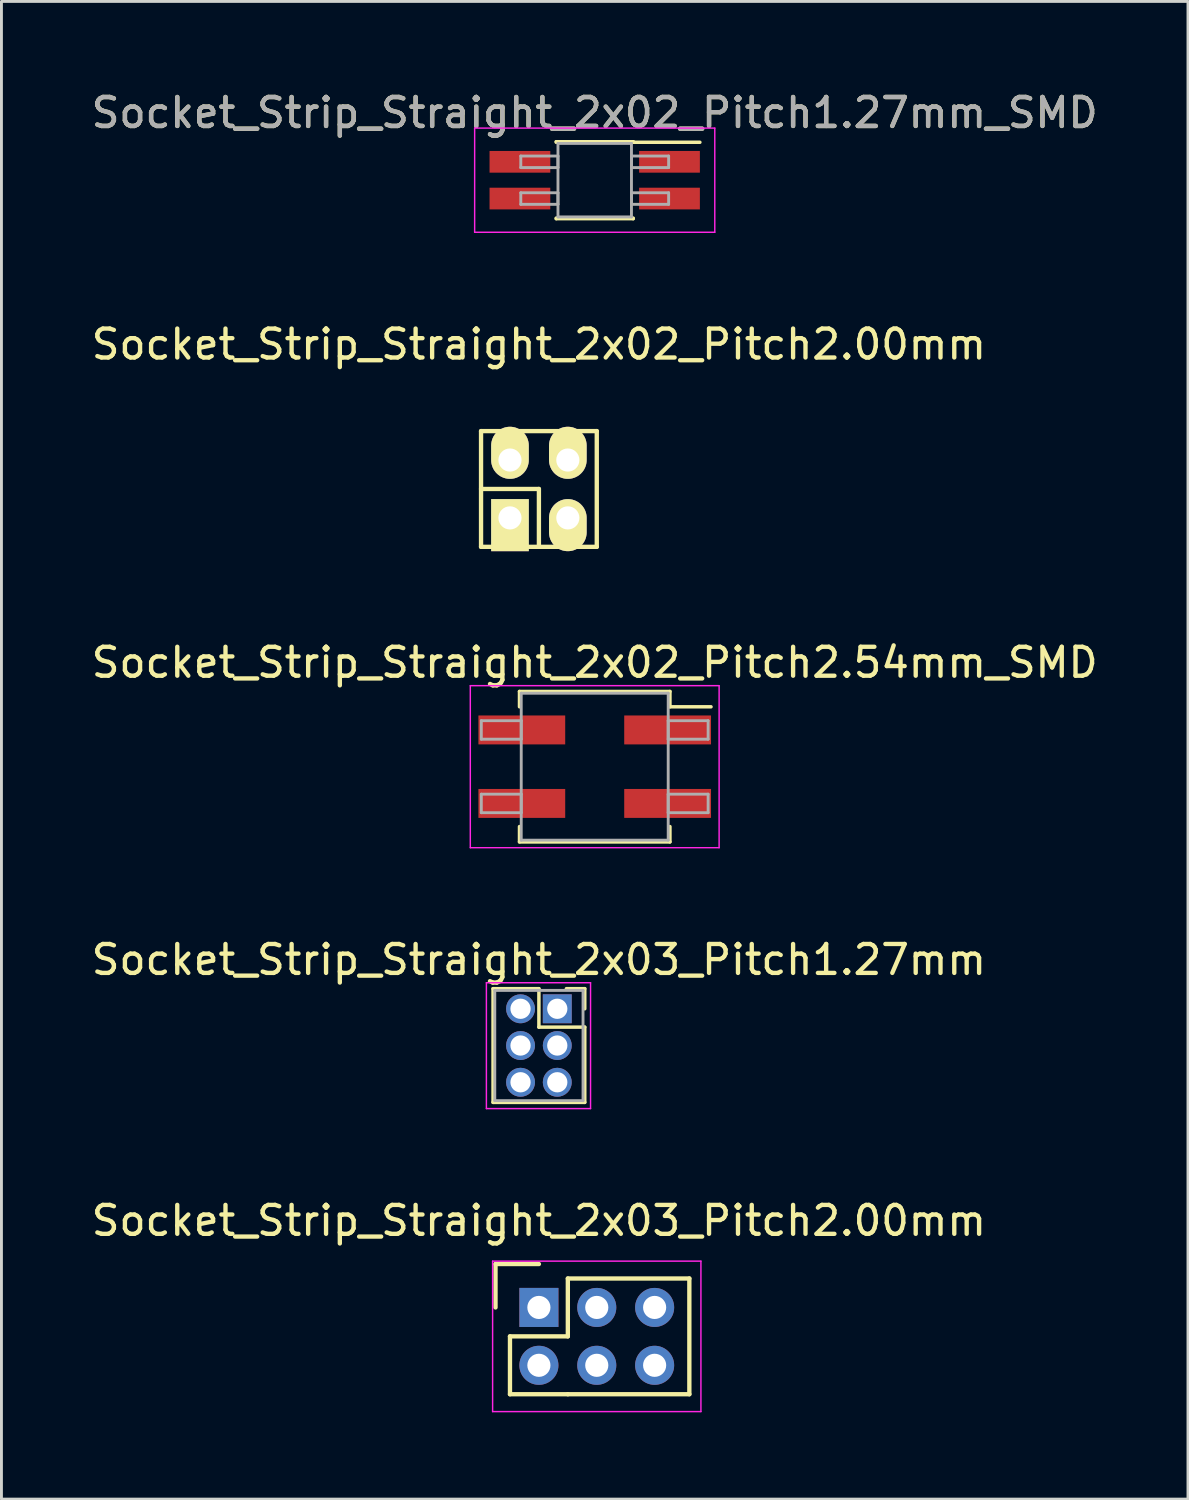
<source format=kicad_pcb>
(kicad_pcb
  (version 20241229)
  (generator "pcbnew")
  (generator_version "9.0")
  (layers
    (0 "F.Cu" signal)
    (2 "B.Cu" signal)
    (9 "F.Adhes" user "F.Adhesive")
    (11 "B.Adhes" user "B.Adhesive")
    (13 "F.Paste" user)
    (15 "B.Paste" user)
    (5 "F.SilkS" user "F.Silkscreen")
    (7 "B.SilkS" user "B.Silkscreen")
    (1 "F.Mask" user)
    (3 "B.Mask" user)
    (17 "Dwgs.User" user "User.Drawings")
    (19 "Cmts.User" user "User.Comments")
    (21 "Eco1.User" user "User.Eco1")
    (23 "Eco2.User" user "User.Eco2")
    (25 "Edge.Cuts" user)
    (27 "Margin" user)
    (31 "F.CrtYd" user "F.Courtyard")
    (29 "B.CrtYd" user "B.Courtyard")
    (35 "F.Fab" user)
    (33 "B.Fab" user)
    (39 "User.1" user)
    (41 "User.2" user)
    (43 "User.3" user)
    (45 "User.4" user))
  (footprint "Socket_Strip_Straight_2x02_Pitch2.00mm"
    (layer "F.Cu")
    (at 15.577 13.851)
    (property "Reference" "Socket_Strip_Straight_2x02_Pitch2.00mm" (at 0 -5 0) (layer "F.SilkS") (effects (font (size 1 1) (thickness 0.15))))
    (attr through_hole)
    (fp_line (start -2 -2) (end 2 -2) (stroke (width 0.15) (type solid)) (layer "F.SilkS"))
    (fp_line (start -2 0) (end 0 0) (stroke (width 0.15) (type solid)) (layer "F.SilkS"))
    (fp_line (start -2 2) (end -2 -2) (stroke (width 0.15) (type solid)) (layer "F.SilkS"))
    (fp_line (start 0 0) (end 0 2) (stroke (width 0.15) (type solid)) (layer "F.SilkS"))
    (fp_line (start 2 -2) (end 2 2) (stroke (width 0.15) (type solid)) (layer "F.SilkS"))
    (fp_line (start 2 2) (end -2 2) (stroke (width 0.15) (type solid)) (layer "F.SilkS"))
    (pad "1" thru_hole rect (at -1 1) (size 1.3 1.8) (drill 0.8 (offset 0 0.25)) (layers "*.Cu" "*.Mask" "F.SilkS"))
    (pad "2" thru_hole oval (at -1 -1) (size 1.3 1.8) (drill 0.8 (offset 0 -0.25)) (layers "*.Cu" "*.Mask" "F.SilkS"))
    (pad "3" thru_hole oval (at 1 1) (size 1.3 1.8) (drill 0.8 (offset 0 0.25)) (layers "*.Cu" "*.Mask" "F.SilkS"))
    (pad "4" thru_hole oval (at 1 -1) (size 1.3 1.8) (drill 0.8 (offset 0 -0.25)) (layers "*.Cu" "*.Mask" "F.SilkS")))
  (footprint "Socket_Strip_Straight_2x03_Pitch2.00mm"
    (layer "F.Cu")
    (at 15.577 42.141)
    (property "Reference" "Socket_Strip_Straight_2x03_Pitch2.00mm" (at 0 -3 0) (layer "F.SilkS") (effects (font (size 1 1) (thickness 0.15))))
    (attr through_hole)
    (fp_line (start -1.5 -1.5) (end -1.5 0) (stroke (width 0.15) (type solid)) (layer "F.SilkS"))
    (fp_line (start -1 1) (end -1 3) (stroke (width 0.15) (type solid)) (layer "F.SilkS"))
    (fp_line (start -1 3) (end 1 3) (stroke (width 0.15) (type solid)) (layer "F.SilkS"))
    (fp_line (start 0 -1.5) (end -1.5 -1.5) (stroke (width 0.15) (type solid)) (layer "F.SilkS"))
    (fp_line (start 1 -1) (end 1 1) (stroke (width 0.15) (type solid)) (layer "F.SilkS"))
    (fp_line (start 1 1) (end -1 1) (stroke (width 0.15) (type solid)) (layer "F.SilkS"))
    (fp_line (start 1 3) (end 5.2 3) (stroke (width 0.15) (type solid)) (layer "F.SilkS"))
    (fp_line (start 5.2 -1) (end 1 -1) (stroke (width 0.15) (type solid)) (layer "F.SilkS"))
    (fp_line (start 5.2 3) (end 5.2 -1) (stroke (width 0.15) (type solid)) (layer "F.SilkS"))
    (fp_line (start -1.6 -1.6) (end -1.6 3.6) (stroke (width 0.05) (type solid)) (layer "F.CrtYd"))
    (fp_line (start -1.6 3.6) (end 5.6 3.6) (stroke (width 0.05) (type solid)) (layer "F.CrtYd"))
    (fp_line (start 5.6 -1.6) (end -1.6 -1.6) (stroke (width 0.05) (type solid)) (layer "F.CrtYd"))
    (fp_line (start 5.6 3.6) (end 5.6 -1.6) (stroke (width 0.05) (type solid)) (layer "F.CrtYd"))
    (pad "1" thru_hole rect (at 0 0) (size 1.35 1.35) (drill 0.8) (layers "*.Cu" "*.Mask"))
    (pad "2" thru_hole circle (at 0 2) (size 1.35 1.35) (drill 0.8) (layers "*.Cu" "*.Mask"))
    (pad "3" thru_hole circle (at 2 0) (size 1.35 1.35) (drill 0.8) (layers "*.Cu" "*.Mask"))
    (pad "4" thru_hole circle (at 2 2) (size 1.35 1.35) (drill 0.8) (layers "*.Cu" "*.Mask"))
    (pad "5" thru_hole circle (at 4 0) (size 1.35 1.35) (drill 0.8) (layers "*.Cu" "*.Mask"))
    (pad "6" thru_hole circle (at 4 2) (size 1.35 1.35) (drill 0.8) (layers "*.Cu" "*.Mask")))
  (footprint "Socket_Strip_Straight_2x02_Pitch1.27mm_SMD"
    (layer "F.Cu")
    (at 17.506 3.178)
    (property "Reference" "Socket_Strip_Straight_2x02_Pitch1.27mm_SMD" (at 0 -2.33 0) (layer "F.SilkS") (effects (font (size 1 1) (thickness 0.15))))
    (attr smd)
    (fp_line (start -1.33 -1.33) (end 1.33 -1.33) (stroke (width 0.12) (type solid)) (layer "F.SilkS"))
    (fp_line (start -1.33 -1.31) (end -1.33 -1.33) (stroke (width 0.12) (type solid)) (layer "F.SilkS"))
    (fp_line (start -1.33 1.31) (end -1.33 1.33) (stroke (width 0.12) (type solid)) (layer "F.SilkS"))
    (fp_line (start -1.33 1.33) (end 1.33 1.33) (stroke (width 0.12) (type solid)) (layer "F.SilkS"))
    (fp_line (start 1.33 -1.33) (end 1.33 -1.31) (stroke (width 0.12) (type solid)) (layer "F.SilkS"))
    (fp_line (start 1.33 1.33) (end 1.33 1.31) (stroke (width 0.12) (type solid)) (layer "F.SilkS"))
    (fp_line (start 3.635 -1.31) (end 1.33 -1.31) (stroke (width 0.12) (type solid)) (layer "F.SilkS"))
    (fp_line (start -4.15 -1.8) (end -4.15 1.8) (stroke (width 0.05) (type solid)) (layer "F.CrtYd"))
    (fp_line (start -4.15 1.8) (end 4.15 1.8) (stroke (width 0.05) (type solid)) (layer "F.CrtYd"))
    (fp_line (start 4.15 -1.8) (end -4.15 -1.8) (stroke (width 0.05) (type solid)) (layer "F.CrtYd"))
    (fp_line (start 4.15 1.8) (end 4.15 -1.8) (stroke (width 0.05) (type solid)) (layer "F.CrtYd"))
    (fp_line (start -2.555 -0.835) (end -1.27 -0.835) (stroke (width 0.1) (type solid)) (layer "F.Fab"))
    (fp_line (start -2.555 -0.435) (end -2.555 -0.835) (stroke (width 0.1) (type solid)) (layer "F.Fab"))
    (fp_line (start -2.555 0.435) (end -1.27 0.435) (stroke (width 0.1) (type solid)) (layer "F.Fab"))
    (fp_line (start -2.555 0.835) (end -2.555 0.435) (stroke (width 0.1) (type solid)) (layer "F.Fab"))
    (fp_line (start -1.27 -1.27) (end -1.27 1.27) (stroke (width 0.1) (type solid)) (layer "F.Fab"))
    (fp_line (start -1.27 -0.835) (end -1.27 -0.435) (stroke (width 0.1) (type solid)) (layer "F.Fab"))
    (fp_line (start -1.27 -0.435) (end -2.555 -0.435) (stroke (width 0.1) (type solid)) (layer "F.Fab"))
    (fp_line (start -1.27 0.435) (end -1.27 0.835) (stroke (width 0.1) (type solid)) (layer "F.Fab"))
    (fp_line (start -1.27 0.835) (end -2.555 0.835) (stroke (width 0.1) (type solid)) (layer "F.Fab"))
    (fp_line (start -1.27 1.27) (end 1.27 1.27) (stroke (width 0.1) (type solid)) (layer "F.Fab"))
    (fp_line (start 1.27 -1.27) (end -1.27 -1.27) (stroke (width 0.1) (type solid)) (layer "F.Fab"))
    (fp_line (start 1.27 -0.835) (end 1.27 -0.435) (stroke (width 0.1) (type solid)) (layer "F.Fab"))
    (fp_line (start 1.27 -0.435) (end 2.555 -0.435) (stroke (width 0.1) (type solid)) (layer "F.Fab"))
    (fp_line (start 1.27 0.435) (end 1.27 0.835) (stroke (width 0.1) (type solid)) (layer "F.Fab"))
    (fp_line (start 1.27 0.835) (end 2.555 0.835) (stroke (width 0.1) (type solid)) (layer "F.Fab"))
    (fp_line (start 1.27 1.27) (end 1.27 -1.27) (stroke (width 0.1) (type solid)) (layer "F.Fab"))
    (fp_line (start 2.555 -0.835) (end 1.27 -0.835) (stroke (width 0.1) (type solid)) (layer "F.Fab"))
    (fp_line (start 2.555 -0.435) (end 2.555 -0.835) (stroke (width 0.1) (type solid)) (layer "F.Fab"))
    (fp_line (start 2.555 0.435) (end 1.27 0.435) (stroke (width 0.1) (type solid)) (layer "F.Fab"))
    (fp_line (start 2.555 0.835) (end 2.555 0.435) (stroke (width 0.1) (type solid)) (layer "F.Fab"))
    (fp_text user "${REFERENCE}" (at 0 -2.33 0) (layer "F.Fab") (effects (font (size 1 1) (thickness 0.15))))
    (pad "1" smd rect (at 2.585 -0.635) (size 2.1 0.75) (layers "F.Cu" "F.Mask" "F.Paste"))
    (pad "2" smd rect (at -2.585 -0.635) (size 2.1 0.75) (layers "F.Cu" "F.Mask" "F.Paste"))
    (pad "3" smd rect (at 2.585 0.635) (size 2.1 0.75) (layers "F.Cu" "F.Mask" "F.Paste"))
    (pad "4" smd rect (at -2.585 0.635) (size 2.1 0.75) (layers "F.Cu" "F.Mask" "F.Paste")))
  (footprint "Socket_Strip_Straight_2x03_Pitch1.27mm"
    (layer "F.Cu")
    (at 16.212 31.818)
    (property "Reference" "Socket_Strip_Straight_2x03_Pitch1.27mm" (at -0.635 -1.695 0) (layer "F.SilkS") (effects (font (size 1 1) (thickness 0.15))))
    (attr through_hole)
    (fp_line (start -2.22 -0.695) (end -0.635 -0.695) (stroke (width 0.12) (type solid)) (layer "F.SilkS"))
    (fp_line (start -2.22 3.235) (end -2.22 -0.695) (stroke (width 0.12) (type solid)) (layer "F.SilkS"))
    (fp_line (start -0.635 -0.695) (end -0.635 0.635) (stroke (width 0.12) (type solid)) (layer "F.SilkS"))
    (fp_line (start -0.635 0.635) (end 0.95 0.635) (stroke (width 0.12) (type solid)) (layer "F.SilkS"))
    (fp_line (start 0.95 -0.695) (end 0.315 -0.695) (stroke (width 0.12) (type solid)) (layer "F.SilkS"))
    (fp_line (start 0.95 0) (end 0.95 -0.695) (stroke (width 0.12) (type solid)) (layer "F.SilkS"))
    (fp_line (start 0.95 0.635) (end 0.95 3.235) (stroke (width 0.12) (type solid)) (layer "F.SilkS"))
    (fp_line (start 0.95 3.235) (end -2.22 3.235) (stroke (width 0.12) (type solid)) (layer "F.SilkS"))
    (fp_line (start -2.45 -0.9) (end -2.45 3.45) (stroke (width 0.05) (type solid)) (layer "F.CrtYd"))
    (fp_line (start -2.45 3.45) (end 1.15 3.45) (stroke (width 0.05) (type solid)) (layer "F.CrtYd"))
    (fp_line (start 1.15 -0.9) (end -2.45 -0.9) (stroke (width 0.05) (type solid)) (layer "F.CrtYd"))
    (fp_line (start 1.15 3.45) (end 1.15 -0.9) (stroke (width 0.05) (type solid)) (layer "F.CrtYd"))
    (fp_line (start -2.16 -0.635) (end -2.16 3.175) (stroke (width 0.1) (type solid)) (layer "F.Fab"))
    (fp_line (start -2.16 3.175) (end 0.89 3.175) (stroke (width 0.1) (type solid)) (layer "F.Fab"))
    (fp_line (start 0.89 -0.635) (end -2.16 -0.635) (stroke (width 0.1) (type solid)) (layer "F.Fab"))
    (fp_line (start 0.89 3.175) (end 0.89 -0.635) (stroke (width 0.1) (type solid)) (layer "F.Fab"))
    (pad "1" thru_hole rect (at 0 0) (size 1 1) (drill 0.7) (layers "*.Cu" "*.Mask"))
    (pad "2" thru_hole oval (at -1.27 0) (size 1 1) (drill 0.7) (layers "*.Cu" "*.Mask"))
    (pad "3" thru_hole oval (at 0 1.27) (size 1 1) (drill 0.7) (layers "*.Cu" "*.Mask"))
    (pad "4" thru_hole oval (at -1.27 1.27) (size 1 1) (drill 0.7) (layers "*.Cu" "*.Mask"))
    (pad "5" thru_hole oval (at 0 2.54) (size 1 1) (drill 0.7) (layers "*.Cu" "*.Mask"))
    (pad "6" thru_hole oval (at -1.27 2.54) (size 1 1) (drill 0.7) (layers "*.Cu" "*.Mask")))
  (footprint "Socket_Strip_Straight_2x02_Pitch2.54mm_SMD"
    (layer "F.Cu")
    (at 17.506 23.45)
    (property "Reference" "Socket_Strip_Straight_2x02_Pitch2.54mm_SMD" (at 0 -3.6 0) (layer "F.SilkS") (effects (font (size 1 1) (thickness 0.15))))
    (attr smd)
    (fp_line (start -2.6 -2.6) (end 2.6 -2.6) (stroke (width 0.12) (type solid)) (layer "F.SilkS"))
    (fp_line (start -2.6 -2.07) (end -2.6 -2.6) (stroke (width 0.12) (type solid)) (layer "F.SilkS"))
    (fp_line (start -2.6 2.07) (end -2.6 2.6) (stroke (width 0.12) (type solid)) (layer "F.SilkS"))
    (fp_line (start -2.6 2.6) (end 2.6 2.6) (stroke (width 0.12) (type solid)) (layer "F.SilkS"))
    (fp_line (start 2.6 -2.6) (end 2.6 -2.07) (stroke (width 0.12) (type solid)) (layer "F.SilkS"))
    (fp_line (start 2.6 2.6) (end 2.6 2.07) (stroke (width 0.12) (type solid)) (layer "F.SilkS"))
    (fp_line (start 4.02 -2.07) (end 2.6 -2.07) (stroke (width 0.12) (type solid)) (layer "F.SilkS"))
    (fp_line (start -4.3 -2.8) (end -4.3 2.8) (stroke (width 0.05) (type solid)) (layer "F.CrtYd"))
    (fp_line (start -4.3 2.8) (end 4.3 2.8) (stroke (width 0.05) (type solid)) (layer "F.CrtYd"))
    (fp_line (start 4.3 -2.8) (end -4.3 -2.8) (stroke (width 0.05) (type solid)) (layer "F.CrtYd"))
    (fp_line (start 4.3 2.8) (end 4.3 -2.8) (stroke (width 0.05) (type solid)) (layer "F.CrtYd"))
    (fp_line (start -3.92 -1.59) (end -2.54 -1.59) (stroke (width 0.1) (type solid)) (layer "F.Fab"))
    (fp_line (start -3.92 -0.95) (end -3.92 -1.59) (stroke (width 0.1) (type solid)) (layer "F.Fab"))
    (fp_line (start -3.92 0.95) (end -2.54 0.95) (stroke (width 0.1) (type solid)) (layer "F.Fab"))
    (fp_line (start -3.92 1.59) (end -3.92 0.95) (stroke (width 0.1) (type solid)) (layer "F.Fab"))
    (fp_line (start -2.54 -2.54) (end -2.54 2.54) (stroke (width 0.1) (type solid)) (layer "F.Fab"))
    (fp_line (start -2.54 -1.59) (end -2.54 -0.95) (stroke (width 0.1) (type solid)) (layer "F.Fab"))
    (fp_line (start -2.54 -0.95) (end -3.92 -0.95) (stroke (width 0.1) (type solid)) (layer "F.Fab"))
    (fp_line (start -2.54 0.95) (end -2.54 1.59) (stroke (width 0.1) (type solid)) (layer "F.Fab"))
    (fp_line (start -2.54 1.59) (end -3.92 1.59) (stroke (width 0.1) (type solid)) (layer "F.Fab"))
    (fp_line (start -2.54 2.54) (end 2.54 2.54) (stroke (width 0.1) (type solid)) (layer "F.Fab"))
    (fp_line (start 2.54 -2.54) (end -2.54 -2.54) (stroke (width 0.1) (type solid)) (layer "F.Fab"))
    (fp_line (start 2.54 -1.59) (end 2.54 -0.95) (stroke (width 0.1) (type solid)) (layer "F.Fab"))
    (fp_line (start 2.54 -0.95) (end 3.92 -0.95) (stroke (width 0.1) (type solid)) (layer "F.Fab"))
    (fp_line (start 2.54 0.95) (end 2.54 1.59) (stroke (width 0.1) (type solid)) (layer "F.Fab"))
    (fp_line (start 2.54 1.59) (end 3.92 1.59) (stroke (width 0.1) (type solid)) (layer "F.Fab"))
    (fp_line (start 2.54 2.54) (end 2.54 -2.54) (stroke (width 0.1) (type solid)) (layer "F.Fab"))
    (fp_line (start 3.92 -1.59) (end 2.54 -1.59) (stroke (width 0.1) (type solid)) (layer "F.Fab"))
    (fp_line (start 3.92 -0.95) (end 3.92 -1.59) (stroke (width 0.1) (type solid)) (layer "F.Fab"))
    (fp_line (start 3.92 0.95) (end 2.54 0.95) (stroke (width 0.1) (type solid)) (layer "F.Fab"))
    (fp_line (start 3.92 1.59) (end 3.92 0.95) (stroke (width 0.1) (type solid)) (layer "F.Fab"))
    (pad "1" smd rect (at 2.52 -1.27) (size 3 1) (layers "F.Cu" "F.Mask"))
    (pad "2" smd rect (at -2.52 -1.27) (size 3 1) (layers "F.Cu" "F.Mask"))
    (pad "3" smd rect (at 2.52 1.27) (size 3 1) (layers "F.Cu" "F.Mask"))
    (pad "4" smd rect (at -2.52 1.27) (size 3 1) (layers "F.Cu" "F.Mask")))
  (gr_rect
    (start -3 -3)
    (end 38.012 48.766)
    (stroke (width 0.1) (type default))
    (fill no)
    (layer "Edge.Cuts")))
</source>
